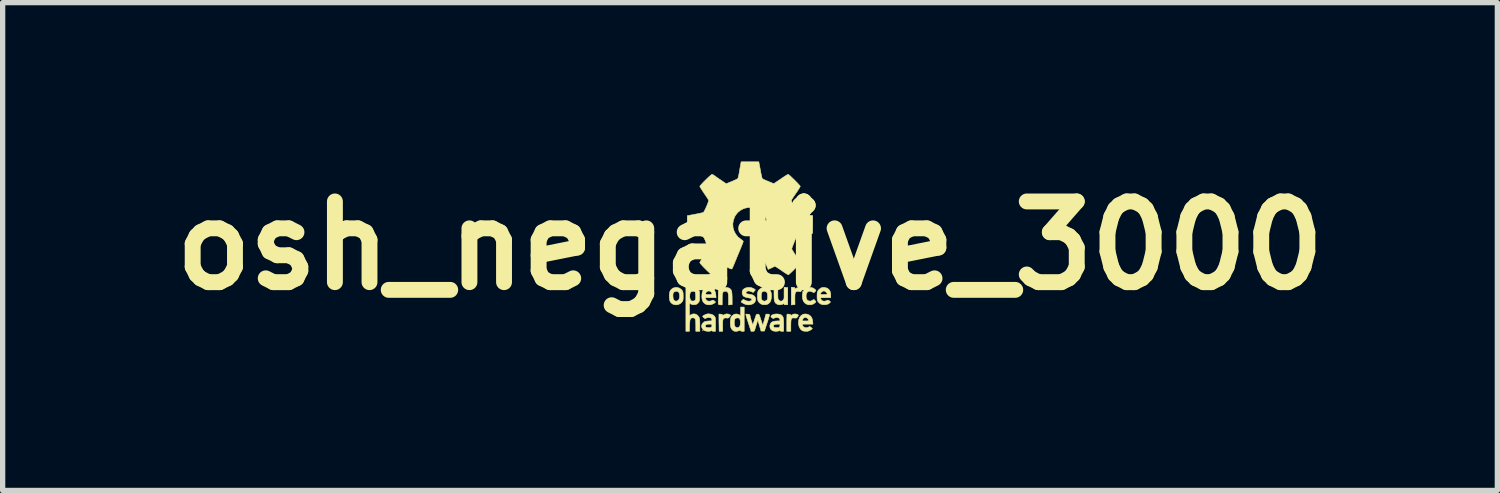
<source format=kicad_pcb>
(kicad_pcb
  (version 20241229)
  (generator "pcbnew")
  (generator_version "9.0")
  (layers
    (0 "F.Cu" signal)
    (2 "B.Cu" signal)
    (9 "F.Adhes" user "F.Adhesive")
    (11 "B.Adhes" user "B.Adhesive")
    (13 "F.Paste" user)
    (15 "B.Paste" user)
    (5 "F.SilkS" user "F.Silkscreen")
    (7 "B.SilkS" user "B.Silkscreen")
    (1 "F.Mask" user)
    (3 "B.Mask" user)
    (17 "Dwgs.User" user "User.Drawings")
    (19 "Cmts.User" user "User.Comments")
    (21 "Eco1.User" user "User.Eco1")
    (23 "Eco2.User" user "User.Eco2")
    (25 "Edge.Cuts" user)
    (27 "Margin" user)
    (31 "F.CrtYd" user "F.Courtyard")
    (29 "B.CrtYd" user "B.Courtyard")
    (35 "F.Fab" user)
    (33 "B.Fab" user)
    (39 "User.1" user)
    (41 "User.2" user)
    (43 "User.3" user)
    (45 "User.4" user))
  (footprint "osh_negative_3000"
    (layer "F.Cu")
    (at 11.111 1.588)
    (property "Reference" "osh_negative_3000" (at 0 0 0) (layer "F.SilkS") (effects (font (size 1.524 1.524) (thickness 0.3))))
    (attr through_hole)
    (fp_poly (pts (xy -0.889 1.604) (xy -0.893 1.609) (xy -0.897 1.604) (xy -0.893 1.6) (xy -0.889 1.604)) (stroke (width 0.01) (type solid)) (fill yes) (layer "F.SilkS"))
    (fp_poly (pts (xy 0.991 0.859) (xy 0.986 0.864) (xy 0.982 0.859) (xy 0.986 0.855) (xy 0.991 0.859)) (stroke (width 0.01) (type solid)) (fill yes) (layer "F.SilkS"))
    (fp_poly (pts (xy 0.835 0.789) (xy 0.845 0.794) (xy 0.847 0.806) (xy 0.847 0.818) (xy 0.853 0.818) (xy 0.864 0.808) (xy 0.885 0.797) (xy 0.914 0.792) (xy 0.945 0.792) (xy 0.972 0.797) (xy 0.986 0.804) (xy 0.992 0.814) (xy 0.99 0.825) (xy 0.978 0.842) (xy 0.974 0.846) (xy 0.958 0.864) (xy 0.947 0.871) (xy 0.933 0.868) (xy 0.928 0.866) (xy 0.899 0.861) (xy 0.873 0.87) (xy 0.855 0.889) (xy 0.851 0.906) (xy 0.848 0.936) (xy 0.847 0.979) (xy 0.847 1.01) (xy 0.849 1.113) (xy 0.779 1.119) (xy 0.779 0.787) (xy 0.813 0.787) (xy 0.835 0.789)) (stroke (width 0.01) (type solid)) (fill yes) (layer "F.SilkS"))
    (fp_poly (pts (xy -0.412 1.291) (xy -0.389 1.3) (xy -0.364 1.313) (xy -0.386 1.342) (xy -0.401 1.36) (xy -0.415 1.367) (xy -0.436 1.367) (xy -0.444 1.366) (xy -0.47 1.364) (xy -0.487 1.37) (xy -0.499 1.379) (xy -0.506 1.388) (xy -0.511 1.399) (xy -0.514 1.415) (xy -0.516 1.439) (xy -0.516 1.476) (xy -0.516 1.507) (xy -0.516 1.617) (xy -0.583 1.617) (xy -0.586 1.456) (xy -0.587 1.405) (xy -0.587 1.361) (xy -0.587 1.326) (xy -0.587 1.302) (xy -0.587 1.292) (xy -0.587 1.292) (xy -0.578 1.292) (xy -0.559 1.293) (xy -0.551 1.294) (xy -0.526 1.299) (xy -0.517 1.308) (xy -0.516 1.309) (xy -0.513 1.315) (xy -0.501 1.31) (xy -0.489 1.304) (xy -0.451 1.289) (xy -0.412 1.291)) (stroke (width 0.01) (type solid)) (fill yes) (layer "F.SilkS"))
    (fp_poly (pts (xy 0.884 1.295) (xy 0.906 1.304) (xy 0.913 1.315) (xy 0.907 1.331) (xy 0.896 1.346) (xy 0.884 1.361) (xy 0.87 1.367) (xy 0.85 1.367) (xy 0.838 1.366) (xy 0.814 1.364) (xy 0.796 1.368) (xy 0.784 1.379) (xy 0.776 1.4) (xy 0.772 1.432) (xy 0.771 1.478) (xy 0.77 1.509) (xy 0.77 1.617) (xy 0.694 1.617) (xy 0.694 1.458) (xy 0.694 1.407) (xy 0.695 1.363) (xy 0.696 1.328) (xy 0.697 1.304) (xy 0.698 1.294) (xy 0.698 1.294) (xy 0.708 1.293) (xy 0.729 1.293) (xy 0.736 1.294) (xy 0.761 1.299) (xy 0.77 1.308) (xy 0.77 1.31) (xy 0.772 1.319) (xy 0.78 1.315) (xy 0.786 1.31) (xy 0.815 1.294) (xy 0.851 1.289) (xy 0.884 1.295)) (stroke (width 0.01) (type solid)) (fill yes) (layer "F.SilkS"))
    (fp_poly (pts (xy 1.157 0.79) (xy 1.198 0.803) (xy 1.231 0.829) (xy 1.242 0.842) (xy 1.242 0.851) (xy 1.231 0.864) (xy 1.227 0.868) (xy 1.206 0.889) (xy 1.171 0.872) (xy 1.134 0.86) (xy 1.102 0.864) (xy 1.078 0.882) (xy 1.063 0.913) (xy 1.058 0.949) (xy 1.062 0.99) (xy 1.073 1.018) (xy 1.094 1.036) (xy 1.11 1.043) (xy 1.133 1.048) (xy 1.151 1.045) (xy 1.173 1.034) (xy 1.205 1.015) (xy 1.226 1.036) (xy 1.24 1.051) (xy 1.243 1.061) (xy 1.235 1.072) (xy 1.231 1.076) (xy 1.198 1.101) (xy 1.156 1.115) (xy 1.111 1.117) (xy 1.075 1.108) (xy 1.035 1.084) (xy 1.007 1.048) (xy 0.991 1) (xy 0.987 0.953) (xy 0.991 0.904) (xy 1.002 0.866) (xy 1.023 0.836) (xy 1.034 0.824) (xy 1.071 0.8) (xy 1.113 0.789) (xy 1.157 0.79)) (stroke (width 0.01) (type solid)) (fill yes) (layer "F.SilkS"))
    (fp_poly (pts (xy 0.678 0.789) (xy 0.712 0.792) (xy 0.712 1.113) (xy 0.678 1.116) (xy 0.655 1.116) (xy 0.645 1.111) (xy 0.643 1.105) (xy 0.642 1.097) (xy 0.634 1.097) (xy 0.618 1.105) (xy 0.584 1.115) (xy 0.545 1.116) (xy 0.512 1.106) (xy 0.507 1.103) (xy 0.487 1.089) (xy 0.473 1.073) (xy 0.464 1.051) (xy 0.457 1.021) (xy 0.454 0.981) (xy 0.453 0.927) (xy 0.453 0.914) (xy 0.453 0.792) (xy 0.489 0.789) (xy 0.525 0.786) (xy 0.525 0.897) (xy 0.525 0.943) (xy 0.526 0.975) (xy 0.528 0.996) (xy 0.531 1.01) (xy 0.537 1.02) (xy 0.546 1.029) (xy 0.565 1.043) (xy 0.583 1.05) (xy 0.584 1.05) (xy 0.602 1.044) (xy 0.622 1.03) (xy 0.623 1.029) (xy 0.631 1.02) (xy 0.637 1.01) (xy 0.641 0.996) (xy 0.643 0.974) (xy 0.643 0.942) (xy 0.643 0.897) (xy 0.643 0.786) (xy 0.678 0.789)) (stroke (width 0.01) (type solid)) (fill yes) (layer "F.SilkS"))
    (fp_poly (pts (xy -0.419 0.792) (xy -0.392 0.804) (xy -0.373 0.817) (xy -0.359 0.833) (xy -0.35 0.853) (xy -0.344 0.882) (xy -0.34 0.921) (xy -0.338 0.973) (xy -0.338 0.992) (xy -0.337 1.113) (xy -0.406 1.119) (xy -0.406 1.009) (xy -0.407 0.955) (xy -0.41 0.915) (xy -0.417 0.889) (xy -0.427 0.872) (xy -0.442 0.863) (xy -0.463 0.861) (xy -0.466 0.861) (xy -0.487 0.863) (xy -0.503 0.871) (xy -0.514 0.887) (xy -0.521 0.912) (xy -0.524 0.951) (xy -0.525 1.003) (xy -0.525 1.008) (xy -0.525 1.118) (xy -0.559 1.118) (xy -0.583 1.115) (xy -0.596 1.108) (xy -0.597 1.107) (xy -0.599 1.095) (xy -0.599 1.069) (xy -0.6 1.033) (xy -0.6 0.988) (xy -0.599 0.944) (xy -0.597 0.792) (xy -0.565 0.789) (xy -0.541 0.79) (xy -0.529 0.798) (xy -0.528 0.799) (xy -0.523 0.807) (xy -0.513 0.806) (xy -0.499 0.8) (xy -0.46 0.788) (xy -0.419 0.792)) (stroke (width 0.01) (type solid)) (fill yes) (layer "F.SilkS"))
    (fp_poly (pts (xy -1.371 0.79) (xy -1.331 0.803) (xy -1.297 0.828) (xy -1.282 0.846) (xy -1.272 0.862) (xy -1.266 0.88) (xy -1.263 0.903) (xy -1.262 0.936) (xy -1.262 0.953) (xy -1.262 0.992) (xy -1.264 1.019) (xy -1.269 1.038) (xy -1.278 1.055) (xy -1.281 1.059) (xy -1.311 1.09) (xy -1.349 1.11) (xy -1.392 1.118) (xy -1.435 1.113) (xy -1.463 1.101) (xy -1.491 1.079) (xy -1.51 1.052) (xy -1.52 1.016) (xy -1.524 0.968) (xy -1.524 0.958) (xy -1.523 0.947) (xy -1.456 0.947) (xy -1.452 0.993) (xy -1.441 1.024) (xy -1.422 1.041) (xy -1.42 1.041) (xy -1.401 1.048) (xy -1.387 1.048) (xy -1.369 1.041) (xy -1.369 1.04) (xy -1.345 1.021) (xy -1.332 0.988) (xy -1.329 0.954) (xy -1.332 0.916) (xy -1.339 0.89) (xy -1.354 0.874) (xy -1.363 0.868) (xy -1.387 0.86) (xy -1.411 0.864) (xy -1.413 0.865) (xy -1.436 0.877) (xy -1.45 0.895) (xy -1.455 0.924) (xy -1.456 0.947) (xy -1.523 0.947) (xy -1.522 0.906) (xy -1.514 0.869) (xy -1.51 0.858) (xy -1.485 0.824) (xy -1.452 0.801) (xy -1.412 0.79) (xy -1.371 0.79)) (stroke (width 0.01) (type solid)) (fill yes) (layer "F.SilkS"))
    (fp_poly (pts (xy -0.11 1.617) (xy -0.144 1.617) (xy -0.167 1.615) (xy -0.177 1.608) (xy -0.178 1.604) (xy -0.179 1.596) (xy -0.188 1.597) (xy -0.203 1.604) (xy -0.227 1.612) (xy -0.258 1.617) (xy -0.267 1.617) (xy -0.295 1.615) (xy -0.316 1.606) (xy -0.334 1.589) (xy -0.352 1.568) (xy -0.362 1.545) (xy -0.369 1.512) (xy -0.369 1.512) (xy -0.371 1.475) (xy -0.371 1.459) (xy -0.298 1.459) (xy -0.295 1.492) (xy -0.287 1.52) (xy -0.279 1.532) (xy -0.254 1.547) (xy -0.225 1.546) (xy -0.206 1.537) (xy -0.193 1.519) (xy -0.185 1.491) (xy -0.182 1.457) (xy -0.183 1.422) (xy -0.19 1.393) (xy -0.201 1.373) (xy -0.205 1.37) (xy -0.228 1.364) (xy -0.256 1.366) (xy -0.279 1.376) (xy -0.281 1.377) (xy -0.291 1.395) (xy -0.296 1.424) (xy -0.298 1.459) (xy -0.371 1.459) (xy -0.371 1.433) (xy -0.37 1.407) (xy -0.365 1.374) (xy -0.359 1.352) (xy -0.347 1.335) (xy -0.336 1.323) (xy -0.301 1.297) (xy -0.262 1.289) (xy -0.222 1.297) (xy -0.21 1.302) (xy -0.178 1.319) (xy -0.178 1.16) (xy -0.11 1.16) (xy -0.11 1.617)) (stroke (width 0.01) (type solid)) (fill yes) (layer "F.SilkS"))
    (fp_poly (pts (xy 0.275 0.789) (xy 0.282 0.789) (xy 0.313 0.793) (xy 0.334 0.801) (xy 0.354 0.816) (xy 0.36 0.822) (xy 0.386 0.855) (xy 0.401 0.895) (xy 0.405 0.945) (xy 0.404 0.975) (xy 0.395 1.029) (xy 0.376 1.07) (xy 0.346 1.098) (xy 0.335 1.104) (xy 0.294 1.116) (xy 0.251 1.116) (xy 0.213 1.104) (xy 0.203 1.099) (xy 0.175 1.077) (xy 0.157 1.055) (xy 0.146 1.029) (xy 0.141 0.994) (xy 0.14 0.953) (xy 0.212 0.953) (xy 0.212 0.986) (xy 0.215 1.006) (xy 0.221 1.019) (xy 0.231 1.03) (xy 0.234 1.032) (xy 0.256 1.046) (xy 0.276 1.048) (xy 0.3 1.04) (xy 0.318 1.027) (xy 0.327 1.014) (xy 0.331 0.99) (xy 0.332 0.958) (xy 0.33 0.925) (xy 0.326 0.899) (xy 0.322 0.89) (xy 0.305 0.871) (xy 0.28 0.86) (xy 0.256 0.861) (xy 0.234 0.871) (xy 0.221 0.887) (xy 0.214 0.91) (xy 0.212 0.946) (xy 0.212 0.953) (xy 0.14 0.953) (xy 0.14 0.952) (xy 0.141 0.906) (xy 0.147 0.873) (xy 0.158 0.847) (xy 0.178 0.826) (xy 0.204 0.806) (xy 0.225 0.794) (xy 0.246 0.789) (xy 0.275 0.789)) (stroke (width 0.01) (type solid)) (fill yes) (layer "F.SilkS"))
    (fp_poly (pts (xy 0.031 0.795) (xy 0.072 0.812) (xy 0.083 0.82) (xy 0.102 0.835) (xy 0.081 0.859) (xy 0.06 0.884) (xy 0.03 0.87) (xy -0.005 0.858) (xy -0.036 0.856) (xy -0.06 0.863) (xy -0.074 0.878) (xy -0.076 0.89) (xy -0.074 0.9) (xy -0.066 0.906) (xy -0.048 0.912) (xy -0.018 0.916) (xy 0.002 0.919) (xy 0.048 0.93) (xy 0.081 0.951) (xy 0.101 0.979) (xy 0.107 1.014) (xy 0.098 1.053) (xy 0.078 1.082) (xy 0.046 1.102) (xy 0.005 1.115) (xy -0.039 1.118) (xy -0.083 1.11) (xy -0.106 1.101) (xy -0.131 1.088) (xy -0.153 1.075) (xy -0.157 1.072) (xy -0.167 1.063) (xy -0.167 1.055) (xy -0.157 1.043) (xy -0.151 1.036) (xy -0.127 1.013) (xy -0.094 1.031) (xy -0.063 1.044) (xy -0.031 1.049) (xy -0.002 1.047) (xy 0.02 1.038) (xy 0.032 1.024) (xy 0.033 1.011) (xy 0.026 1) (xy 0.008 0.992) (xy -0.013 0.988) (xy -0.058 0.98) (xy -0.09 0.971) (xy -0.112 0.962) (xy -0.127 0.949) (xy -0.136 0.937) (xy -0.148 0.904) (xy -0.148 0.869) (xy -0.136 0.837) (xy -0.13 0.828) (xy -0.099 0.805) (xy -0.059 0.792) (xy -0.014 0.788) (xy 0.031 0.795)) (stroke (width 0.01) (type solid)) (fill yes) (layer "F.SilkS"))
    (fp_poly (pts (xy -0.73 0.798) (xy -0.693 0.817) (xy -0.666 0.849) (xy -0.65 0.895) (xy -0.646 0.926) (xy -0.641 0.982) (xy -0.846 0.982) (xy -0.838 1.005) (xy -0.826 1.026) (xy -0.815 1.038) (xy -0.791 1.047) (xy -0.761 1.049) (xy -0.733 1.042) (xy -0.721 1.037) (xy -0.708 1.029) (xy -0.695 1.03) (xy -0.678 1.041) (xy -0.677 1.041) (xy -0.661 1.055) (xy -0.652 1.064) (xy -0.652 1.065) (xy -0.658 1.073) (xy -0.674 1.086) (xy -0.683 1.092) (xy -0.72 1.109) (xy -0.762 1.117) (xy -0.805 1.115) (xy -0.841 1.103) (xy -0.846 1.099) (xy -0.877 1.073) (xy -0.896 1.043) (xy -0.907 1.003) (xy -0.91 0.953) (xy -0.906 0.906) (xy -0.838 0.906) (xy -0.837 0.915) (xy -0.829 0.92) (xy -0.813 0.922) (xy -0.784 0.923) (xy -0.779 0.923) (xy -0.748 0.922) (xy -0.73 0.92) (xy -0.722 0.916) (xy -0.72 0.907) (xy -0.72 0.906) (xy -0.727 0.884) (xy -0.746 0.865) (xy -0.772 0.856) (xy -0.779 0.855) (xy -0.805 0.862) (xy -0.826 0.878) (xy -0.838 0.9) (xy -0.838 0.906) (xy -0.906 0.906) (xy -0.905 0.894) (xy -0.89 0.849) (xy -0.865 0.817) (xy -0.829 0.798) (xy -0.782 0.792) (xy -0.779 0.792) (xy -0.73 0.798)) (stroke (width 0.01) (type solid)) (fill yes) (layer "F.SilkS"))
    (fp_poly (pts (xy 1.08 1.294) (xy 1.107 1.305) (xy 1.142 1.328) (xy 1.165 1.359) (xy 1.179 1.401) (xy 1.183 1.431) (xy 1.188 1.482) (xy 1.084 1.482) (xy 1.041 1.482) (xy 1.012 1.482) (xy 0.995 1.484) (xy 0.987 1.487) (xy 0.985 1.492) (xy 0.986 1.5) (xy 0.987 1.501) (xy 1.002 1.526) (xy 1.028 1.543) (xy 1.059 1.55) (xy 1.091 1.545) (xy 1.107 1.536) (xy 1.121 1.528) (xy 1.133 1.53) (xy 1.149 1.541) (xy 1.151 1.542) (xy 1.167 1.556) (xy 1.176 1.566) (xy 1.176 1.567) (xy 1.17 1.573) (xy 1.154 1.586) (xy 1.141 1.594) (xy 1.113 1.609) (xy 1.085 1.616) (xy 1.059 1.617) (xy 1.029 1.615) (xy 1.005 1.612) (xy 0.995 1.609) (xy 0.961 1.586) (xy 0.936 1.551) (xy 0.92 1.505) (xy 0.914 1.456) (xy 0.918 1.422) (xy 0.983 1.422) (xy 1.046 1.422) (xy 1.079 1.422) (xy 1.099 1.419) (xy 1.108 1.415) (xy 1.109 1.409) (xy 1.104 1.395) (xy 1.09 1.377) (xy 1.088 1.375) (xy 1.061 1.358) (xy 1.034 1.356) (xy 1.01 1.368) (xy 0.993 1.395) (xy 0.992 1.397) (xy 0.983 1.422) (xy 0.918 1.422) (xy 0.92 1.401) (xy 0.937 1.355) (xy 0.963 1.321) (xy 0.997 1.298) (xy 1.036 1.289) (xy 1.08 1.294)) (stroke (width 0.01) (type solid)) (fill yes) (layer "F.SilkS"))
    (fp_poly (pts (xy 0.334 1.293) (xy 0.357 1.294) (xy 0.366 1.3) (xy 0.367 1.309) (xy 0.365 1.322) (xy 0.357 1.348) (xy 0.346 1.384) (xy 0.333 1.428) (xy 0.319 1.469) (xy 0.272 1.613) (xy 0.208 1.613) (xy 0.177 1.508) (xy 0.147 1.403) (xy 0.125 1.474) (xy 0.113 1.512) (xy 0.102 1.548) (xy 0.094 1.576) (xy 0.092 1.581) (xy 0.085 1.604) (xy 0.076 1.614) (xy 0.06 1.617) (xy 0.051 1.617) (xy 0.02 1.617) (xy -0.015 1.509) (xy -0.037 1.441) (xy -0.055 1.387) (xy -0.067 1.347) (xy -0.075 1.319) (xy -0.079 1.302) (xy -0.08 1.294) (xy -0.08 1.294) (xy -0.071 1.293) (xy -0.051 1.293) (xy -0.04 1.294) (xy -0.015 1.298) (xy -0.003 1.306) (xy -0.002 1.311) (xy 0.002 1.331) (xy 0.008 1.359) (xy 0.017 1.391) (xy 0.027 1.423) (xy 0.037 1.453) (xy 0.046 1.476) (xy 0.052 1.489) (xy 0.054 1.49) (xy 0.059 1.477) (xy 0.067 1.452) (xy 0.079 1.419) (xy 0.088 1.39) (xy 0.1 1.354) (xy 0.11 1.325) (xy 0.117 1.306) (xy 0.12 1.3) (xy 0.129 1.297) (xy 0.147 1.294) (xy 0.156 1.293) (xy 0.164 1.296) (xy 0.171 1.304) (xy 0.179 1.32) (xy 0.188 1.346) (xy 0.201 1.386) (xy 0.206 1.4) (xy 0.241 1.508) (xy 0.271 1.4) (xy 0.301 1.293) (xy 0.334 1.293)) (stroke (width 0.01) (type solid)) (fill yes) (layer "F.SilkS"))
    (fp_poly (pts (xy 1.402 0.789) (xy 1.45 0.8) (xy 1.486 0.823) (xy 1.51 0.858) (xy 1.522 0.905) (xy 1.524 0.935) (xy 1.524 0.982) (xy 1.426 0.982) (xy 1.384 0.982) (xy 1.357 0.983) (xy 1.34 0.985) (xy 1.333 0.988) (xy 1.332 0.994) (xy 1.334 1.001) (xy 1.349 1.029) (xy 1.375 1.045) (xy 1.408 1.049) (xy 1.443 1.039) (xy 1.448 1.037) (xy 1.466 1.029) (xy 1.48 1.03) (xy 1.497 1.042) (xy 1.499 1.043) (xy 1.515 1.056) (xy 1.518 1.065) (xy 1.511 1.075) (xy 1.51 1.076) (xy 1.479 1.1) (xy 1.438 1.113) (xy 1.392 1.116) (xy 1.348 1.108) (xy 1.338 1.104) (xy 1.314 1.089) (xy 1.291 1.067) (xy 1.287 1.061) (xy 1.277 1.044) (xy 1.27 1.027) (xy 1.267 1.005) (xy 1.266 0.973) (xy 1.266 0.952) (xy 1.267 0.91) (xy 1.329 0.91) (xy 1.332 0.917) (xy 1.344 0.921) (xy 1.366 0.923) (xy 1.393 0.923) (xy 1.426 0.922) (xy 1.446 0.92) (xy 1.455 0.915) (xy 1.456 0.91) (xy 1.449 0.892) (xy 1.432 0.873) (xy 1.41 0.859) (xy 1.393 0.855) (xy 1.372 0.861) (xy 1.35 0.876) (xy 1.334 0.895) (xy 1.329 0.91) (xy 1.267 0.91) (xy 1.267 0.906) (xy 1.273 0.872) (xy 1.285 0.847) (xy 1.305 0.825) (xy 1.33 0.806) (xy 1.353 0.793) (xy 1.377 0.789) (xy 1.402 0.789)) (stroke (width 0.01) (type solid)) (fill yes) (layer "F.SilkS"))
    (fp_poly (pts (xy 0.559 1.296) (xy 0.587 1.307) (xy 0.59 1.309) (xy 0.606 1.323) (xy 0.618 1.337) (xy 0.626 1.356) (xy 0.631 1.382) (xy 0.634 1.418) (xy 0.635 1.467) (xy 0.635 1.492) (xy 0.635 1.617) (xy 0.602 1.617) (xy 0.579 1.615) (xy 0.566 1.608) (xy 0.565 1.607) (xy 0.559 1.6) (xy 0.55 1.607) (xy 0.533 1.613) (xy 0.506 1.616) (xy 0.475 1.616) (xy 0.444 1.612) (xy 0.422 1.604) (xy 0.421 1.604) (xy 0.393 1.58) (xy 0.377 1.547) (xy 0.375 1.514) (xy 0.44 1.514) (xy 0.446 1.533) (xy 0.463 1.545) (xy 0.495 1.549) (xy 0.506 1.549) (xy 0.532 1.549) (xy 0.547 1.545) (xy 0.556 1.535) (xy 0.559 1.528) (xy 0.567 1.503) (xy 0.565 1.49) (xy 0.551 1.483) (xy 0.523 1.482) (xy 0.52 1.482) (xy 0.478 1.485) (xy 0.452 1.494) (xy 0.441 1.51) (xy 0.44 1.514) (xy 0.375 1.514) (xy 0.374 1.51) (xy 0.385 1.473) (xy 0.405 1.448) (xy 0.433 1.432) (xy 0.474 1.424) (xy 0.508 1.422) (xy 0.539 1.422) (xy 0.557 1.42) (xy 0.565 1.415) (xy 0.567 1.407) (xy 0.567 1.405) (xy 0.56 1.382) (xy 0.541 1.365) (xy 0.515 1.356) (xy 0.486 1.357) (xy 0.459 1.368) (xy 0.446 1.375) (xy 0.434 1.374) (xy 0.416 1.363) (xy 0.415 1.362) (xy 0.397 1.346) (xy 0.394 1.333) (xy 0.405 1.319) (xy 0.418 1.309) (xy 0.445 1.297) (xy 0.481 1.291) (xy 0.521 1.29) (xy 0.559 1.296)) (stroke (width 0.01) (type solid)) (fill yes) (layer "F.SilkS"))
    (fp_poly (pts (xy -0.738 1.293) (xy -0.697 1.31) (xy -0.674 1.33) (xy -0.665 1.341) (xy -0.66 1.351) (xy -0.656 1.364) (xy -0.653 1.384) (xy -0.652 1.412) (xy -0.652 1.453) (xy -0.652 1.487) (xy -0.652 1.617) (xy -0.686 1.617) (xy -0.707 1.615) (xy -0.719 1.61) (xy -0.72 1.608) (xy -0.725 1.604) (xy -0.736 1.608) (xy -0.762 1.616) (xy -0.796 1.617) (xy -0.832 1.613) (xy -0.862 1.604) (xy -0.869 1.601) (xy -0.892 1.579) (xy -0.909 1.548) (xy -0.914 1.518) (xy -0.914 1.515) (xy -0.846 1.515) (xy -0.842 1.532) (xy -0.832 1.54) (xy -0.812 1.546) (xy -0.785 1.549) (xy -0.758 1.548) (xy -0.736 1.543) (xy -0.73 1.539) (xy -0.722 1.524) (xy -0.72 1.505) (xy -0.72 1.492) (xy -0.726 1.485) (xy -0.739 1.482) (xy -0.765 1.482) (xy -0.77 1.482) (xy -0.807 1.484) (xy -0.829 1.492) (xy -0.833 1.495) (xy -0.846 1.515) (xy -0.914 1.515) (xy -0.908 1.49) (xy -0.891 1.462) (xy -0.868 1.441) (xy -0.86 1.436) (xy -0.832 1.428) (xy -0.795 1.423) (xy -0.776 1.422) (xy -0.746 1.422) (xy -0.729 1.42) (xy -0.722 1.415) (xy -0.72 1.405) (xy -0.72 1.403) (xy -0.724 1.379) (xy -0.739 1.365) (xy -0.767 1.357) (xy -0.769 1.357) (xy -0.802 1.357) (xy -0.826 1.367) (xy -0.841 1.375) (xy -0.853 1.375) (xy -0.868 1.364) (xy -0.872 1.361) (xy -0.887 1.347) (xy -0.894 1.335) (xy -0.894 1.333) (xy -0.885 1.323) (xy -0.864 1.311) (xy -0.838 1.299) (xy -0.81 1.29) (xy -0.788 1.287) (xy -0.788 1.287) (xy -0.738 1.293)) (stroke (width 0.01) (type solid)) (fill yes) (layer "F.SilkS"))
    (fp_poly (pts (xy -1.155 0.789) (xy -1.145 0.794) (xy -1.143 0.806) (xy -1.142 0.818) (xy -1.136 0.817) (xy -1.127 0.809) (xy -1.102 0.796) (xy -1.069 0.79) (xy -1.035 0.791) (xy -1.016 0.796) (xy -0.993 0.81) (xy -0.973 0.831) (xy -0.971 0.833) (xy -0.963 0.847) (xy -0.957 0.862) (xy -0.954 0.882) (xy -0.953 0.912) (xy -0.953 0.953) (xy -0.953 0.995) (xy -0.954 1.024) (xy -0.958 1.044) (xy -0.963 1.059) (xy -0.971 1.072) (xy -0.991 1.093) (xy -1.014 1.108) (xy -1.016 1.109) (xy -1.047 1.116) (xy -1.081 1.114) (xy -1.112 1.105) (xy -1.127 1.096) (xy -1.133 1.091) (xy -1.138 1.09) (xy -1.14 1.096) (xy -1.142 1.112) (xy -1.143 1.139) (xy -1.143 1.18) (xy -1.143 1.201) (xy -1.143 1.321) (xy -1.115 1.304) (xy -1.077 1.289) (xy -1.038 1.29) (xy -1.003 1.306) (xy -0.973 1.335) (xy -0.967 1.346) (xy -0.959 1.36) (xy -0.954 1.376) (xy -0.951 1.396) (xy -0.949 1.424) (xy -0.948 1.463) (xy -0.948 1.498) (xy -0.948 1.617) (xy -1.024 1.617) (xy -1.024 1.504) (xy -1.025 1.452) (xy -1.028 1.414) (xy -1.033 1.389) (xy -1.042 1.374) (xy -1.055 1.366) (xy -1.075 1.363) (xy -1.081 1.363) (xy -1.102 1.365) (xy -1.117 1.373) (xy -1.128 1.39) (xy -1.135 1.416) (xy -1.139 1.455) (xy -1.142 1.508) (xy -1.144 1.617) (xy -1.211 1.617) (xy -1.211 0.938) (xy -1.139 0.938) (xy -1.138 0.975) (xy -1.131 1.008) (xy -1.118 1.033) (xy -1.112 1.04) (xy -1.09 1.047) (xy -1.063 1.044) (xy -1.04 1.033) (xy -1.034 1.026) (xy -1.029 1.01) (xy -1.026 0.984) (xy -1.026 0.951) (xy -1.028 0.918) (xy -1.031 0.891) (xy -1.037 0.873) (xy -1.038 0.872) (xy -1.057 0.863) (xy -1.082 0.862) (xy -1.107 0.867) (xy -1.122 0.878) (xy -1.133 0.904) (xy -1.139 0.938) (xy -1.211 0.938) (xy -1.211 0.787) (xy -1.177 0.787) (xy -1.155 0.789)) (stroke (width 0.01) (type solid)) (fill yes) (layer "F.SilkS"))
    (fp_poly (pts (xy 0.195 -1.429) (xy 0.204 -1.379) (xy 0.213 -1.335) (xy 0.221 -1.299) (xy 0.228 -1.275) (xy 0.232 -1.264) (xy 0.243 -1.258) (xy 0.267 -1.246) (xy 0.299 -1.232) (xy 0.338 -1.216) (xy 0.345 -1.213) (xy 0.449 -1.17) (xy 0.481 -1.192) (xy 0.548 -1.237) (xy 0.602 -1.274) (xy 0.644 -1.302) (xy 0.676 -1.323) (xy 0.699 -1.336) (xy 0.713 -1.344) (xy 0.72 -1.346) (xy 0.73 -1.34) (xy 0.749 -1.325) (xy 0.775 -1.301) (xy 0.805 -1.272) (xy 0.838 -1.241) (xy 0.87 -1.208) (xy 0.899 -1.178) (xy 0.924 -1.151) (xy 0.941 -1.131) (xy 0.948 -1.12) (xy 0.948 -1.119) (xy 0.944 -1.109) (xy 0.931 -1.087) (xy 0.912 -1.057) (xy 0.888 -1.02) (xy 0.868 -0.991) (xy 0.841 -0.951) (xy 0.817 -0.916) (xy 0.798 -0.886) (xy 0.786 -0.867) (xy 0.782 -0.86) (xy 0.783 -0.846) (xy 0.79 -0.82) (xy 0.802 -0.786) (xy 0.818 -0.749) (xy 0.834 -0.711) (xy 0.851 -0.676) (xy 0.867 -0.648) (xy 0.879 -0.63) (xy 0.884 -0.626) (xy 0.896 -0.622) (xy 0.921 -0.617) (xy 0.956 -0.61) (xy 0.998 -0.601) (xy 1.042 -0.592) (xy 1.085 -0.584) (xy 1.124 -0.577) (xy 1.156 -0.571) (xy 1.177 -0.568) (xy 1.182 -0.567) (xy 1.183 -0.559) (xy 1.184 -0.537) (xy 1.184 -0.503) (xy 1.184 -0.459) (xy 1.184 -0.409) (xy 1.183 -0.4) (xy 1.181 -0.233) (xy 1.147 -0.226) (xy 1.126 -0.222) (xy 1.093 -0.215) (xy 1.052 -0.207) (xy 1.006 -0.199) (xy 0.996 -0.196) (xy 0.878 -0.174) (xy 0.833 -0.064) (xy 0.817 -0.023) (xy 0.803 0.013) (xy 0.793 0.041) (xy 0.788 0.058) (xy 0.788 0.06) (xy 0.792 0.071) (xy 0.805 0.093) (xy 0.824 0.125) (xy 0.848 0.162) (xy 0.868 0.191) (xy 0.894 0.231) (xy 0.917 0.267) (xy 0.935 0.296) (xy 0.946 0.315) (xy 0.948 0.322) (xy 0.942 0.332) (xy 0.927 0.351) (xy 0.903 0.377) (xy 0.875 0.407) (xy 0.843 0.439) (xy 0.811 0.472) (xy 0.78 0.501) (xy 0.754 0.526) (xy 0.734 0.543) (xy 0.723 0.55) (xy 0.722 0.55) (xy 0.712 0.546) (xy 0.691 0.533) (xy 0.661 0.514) (xy 0.625 0.49) (xy 0.596 0.47) (xy 0.557 0.443) (xy 0.522 0.42) (xy 0.495 0.403) (xy 0.478 0.392) (xy 0.472 0.389) (xy 0.462 0.393) (xy 0.441 0.403) (xy 0.413 0.416) (xy 0.405 0.42) (xy 0.377 0.433) (xy 0.355 0.443) (xy 0.344 0.447) (xy 0.343 0.447) (xy 0.339 0.439) (xy 0.33 0.417) (xy 0.316 0.384) (xy 0.298 0.343) (xy 0.278 0.295) (xy 0.256 0.243) (xy 0.234 0.188) (xy 0.212 0.134) (xy 0.19 0.083) (xy 0.171 0.037) (xy 0.156 -0.002) (xy 0.144 -0.032) (xy 0.137 -0.049) (xy 0.137 -0.05) (xy 0.129 -0.073) (xy 0.127 -0.085) (xy 0.133 -0.092) (xy 0.139 -0.096) (xy 0.153 -0.106) (xy 0.176 -0.124) (xy 0.202 -0.145) (xy 0.206 -0.148) (xy 0.256 -0.2) (xy 0.293 -0.259) (xy 0.316 -0.322) (xy 0.325 -0.388) (xy 0.321 -0.454) (xy 0.303 -0.517) (xy 0.273 -0.576) (xy 0.23 -0.629) (xy 0.175 -0.672) (xy 0.154 -0.684) (xy 0.088 -0.711) (xy 0.019 -0.722) (xy -0.05 -0.718) (xy -0.116 -0.701) (xy -0.177 -0.67) (xy -0.231 -0.627) (xy -0.275 -0.572) (xy -0.286 -0.552) (xy -0.313 -0.484) (xy -0.325 -0.414) (xy -0.321 -0.344) (xy -0.302 -0.277) (xy -0.269 -0.215) (xy -0.223 -0.16) (xy -0.168 -0.117) (xy -0.146 -0.101) (xy -0.131 -0.087) (xy -0.127 -0.08) (xy -0.13 -0.07) (xy -0.139 -0.046) (xy -0.152 -0.012) (xy -0.169 0.03) (xy -0.189 0.078) (xy -0.194 0.09) (xy -0.217 0.146) (xy -0.241 0.203) (xy -0.263 0.258) (xy -0.283 0.305) (xy -0.296 0.339) (xy -0.312 0.375) (xy -0.325 0.406) (xy -0.336 0.429) (xy -0.341 0.438) (xy -0.349 0.441) (xy -0.365 0.438) (xy -0.392 0.426) (xy -0.408 0.418) (xy -0.437 0.405) (xy -0.461 0.395) (xy -0.476 0.392) (xy -0.477 0.392) (xy -0.487 0.398) (xy -0.508 0.412) (xy -0.538 0.432) (xy -0.575 0.456) (xy -0.599 0.473) (xy -0.638 0.499) (xy -0.672 0.522) (xy -0.699 0.539) (xy -0.717 0.548) (xy -0.722 0.55) (xy -0.731 0.545) (xy -0.75 0.529) (xy -0.776 0.504) (xy -0.808 0.474) (xy -0.84 0.442) (xy -0.875 0.407) (xy -0.905 0.375) (xy -0.929 0.348) (xy -0.944 0.33) (xy -0.948 0.321) (xy -0.947 0.315) (xy -0.942 0.304) (xy -0.933 0.288) (xy -0.918 0.265) (xy -0.896 0.233) (xy -0.867 0.191) (xy -0.83 0.136) (xy -0.824 0.129) (xy -0.807 0.102) (xy -0.794 0.08) (xy -0.787 0.066) (xy -0.787 0.065) (xy -0.79 0.054) (xy -0.798 0.03) (xy -0.81 -0.003) (xy -0.825 -0.043) (xy -0.831 -0.057) (xy -0.846 -0.097) (xy -0.858 -0.127) (xy -0.87 -0.149) (xy -0.884 -0.165) (xy -0.902 -0.176) (xy -0.928 -0.185) (xy -0.963 -0.192) (xy -1.011 -0.201) (xy -1.049 -0.208) (xy -1.093 -0.216) (xy -1.131 -0.223) (xy -1.159 -0.229) (xy -1.176 -0.233) (xy -1.178 -0.234) (xy -1.181 -0.243) (xy -1.182 -0.267) (xy -1.184 -0.302) (xy -1.185 -0.346) (xy -1.185 -0.397) (xy -1.185 -0.402) (xy -1.185 -0.565) (xy -1.044 -0.592) (xy -0.995 -0.601) (xy -0.952 -0.61) (xy -0.917 -0.618) (xy -0.893 -0.623) (xy -0.884 -0.626) (xy -0.874 -0.636) (xy -0.86 -0.659) (xy -0.844 -0.691) (xy -0.827 -0.728) (xy -0.81 -0.766) (xy -0.796 -0.802) (xy -0.786 -0.833) (xy -0.782 -0.854) (xy -0.782 -0.86) (xy -0.789 -0.871) (xy -0.803 -0.894) (xy -0.824 -0.926) (xy -0.849 -0.963) (xy -0.868 -0.991) (xy -0.895 -1.031) (xy -0.918 -1.066) (xy -0.935 -1.094) (xy -0.946 -1.113) (xy -0.948 -1.119) (xy -0.942 -1.129) (xy -0.926 -1.149) (xy -0.903 -1.174) (xy -0.874 -1.205) (xy -0.841 -1.237) (xy -0.809 -1.269) (xy -0.778 -1.298) (xy -0.751 -1.322) (xy -0.731 -1.339) (xy -0.719 -1.346) (xy -0.719 -1.346) (xy -0.702 -1.341) (xy -0.685 -1.331) (xy -0.671 -1.321) (xy -0.646 -1.303) (xy -0.613 -1.28) (xy -0.575 -1.254) (xy -0.557 -1.242) (xy -0.45 -1.169) (xy -0.345 -1.212) (xy -0.306 -1.229) (xy -0.272 -1.244) (xy -0.247 -1.256) (xy -0.233 -1.264) (xy -0.232 -1.265) (xy -0.227 -1.277) (xy -0.22 -1.301) (xy -0.212 -1.334) (xy -0.209 -1.35) (xy -0.201 -1.397) (xy -0.192 -1.45) (xy -0.183 -1.498) (xy -0.182 -1.505) (xy -0.168 -1.583) (xy 0.166 -1.583) (xy 0.195 -1.429)) (stroke (width 0.01) (type solid)) (fill yes) (layer "F.SilkS")))
  (gr_rect
    (start -3 -3)
    (end 25.221 6.21)
    (stroke (width 0.1) (type default))
    (fill no)
    (layer "Edge.Cuts")))
</source>
